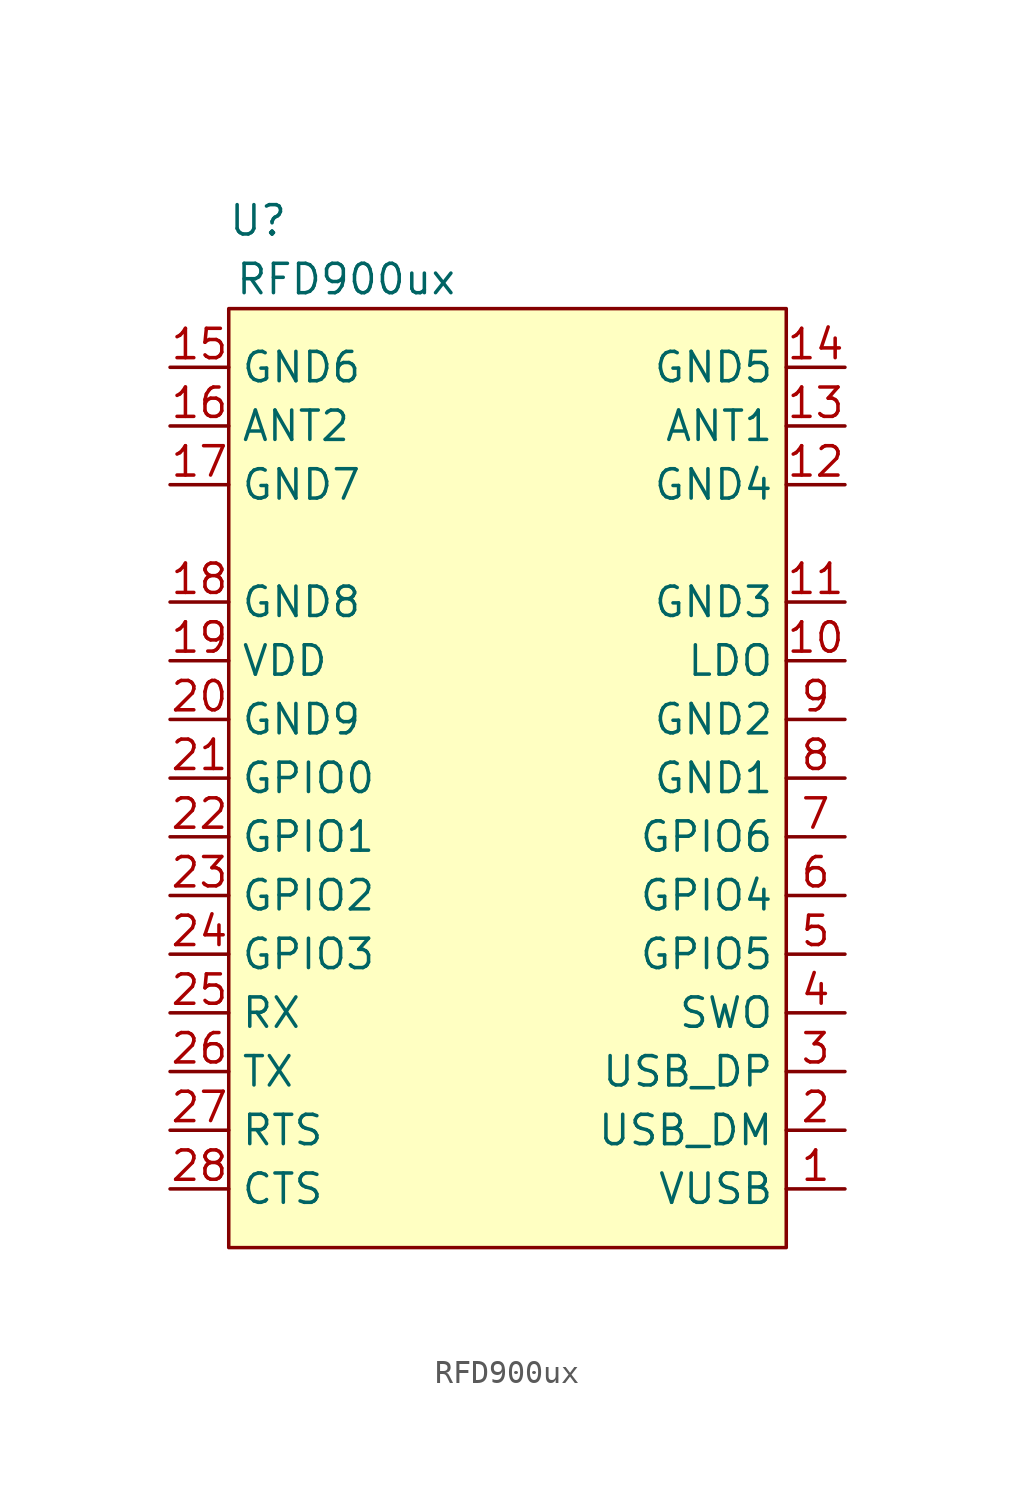
<source format=kicad_sym>
(kicad_symbol_lib
  (version 20220914)
  (generator kicad_symbol_editor)
  (symbol "RFD900ux"
    (property "Reference" "U"
      (at 1.27 25.4 0)
      (effects (font (size 1.27 1.27))))
    (property "Value" "RFD900ux"
      (at 5.08 22.86 0)
      (effects (font (size 1.27 1.27))))
    (symbol "RFD900ux_1_1"
      (rectangle (start 0 21.59) (end 24.13 -19.05) (stroke (width 0) (type default)) (fill (type background)))
      (pin input line (at 26.67 -16.51 180) (length 2.54) (name "VUSB" (effects (font (size 1.27 1.27)))) (number "1" (effects (font (size 1.27 1.27)))))
      (pin input line (at 26.67 6.35 180) (length 2.54) (name "LDO" (effects (font (size 1.27 1.27)))) (number "10" (effects (font (size 1.27 1.27)))))
      (pin input line (at 26.67 8.89 180) (length 2.54) (name "GND3" (effects (font (size 1.27 1.27)))) (number "11" (effects (font (size 1.27 1.27)))))
      (pin input line (at 26.67 13.97 180) (length 2.54) (name "GND4" (effects (font (size 1.27 1.27)))) (number "12" (effects (font (size 1.27 1.27)))))
      (pin input line (at 26.67 16.51 180) (length 2.54) (name "ANT1" (effects (font (size 1.27 1.27)))) (number "13" (effects (font (size 1.27 1.27)))))
      (pin input line (at 26.67 19.05 180) (length 2.54) (name "GND5" (effects (font (size 1.27 1.27)))) (number "14" (effects (font (size 1.27 1.27)))))
      (pin input line (at -2.54 19.05 0) (length 2.54) (name "GND6" (effects (font (size 1.27 1.27)))) (number "15" (effects (font (size 1.27 1.27)))))
      (pin input line (at -2.54 16.51 0) (length 2.54) (name "ANT2" (effects (font (size 1.27 1.27)))) (number "16" (effects (font (size 1.27 1.27)))))
      (pin input line (at -2.54 13.97 0) (length 2.54) (name "GND7" (effects (font (size 1.27 1.27)))) (number "17" (effects (font (size 1.27 1.27)))))
      (pin input line (at -2.54 8.89 0) (length 2.54) (name "GND8" (effects (font (size 1.27 1.27)))) (number "18" (effects (font (size 1.27 1.27)))))
      (pin input line (at -2.54 6.35 0) (length 2.54) (name "VDD" (effects (font (size 1.27 1.27)))) (number "19" (effects (font (size 1.27 1.27)))))
      (pin input line (at 26.67 -13.97 180) (length 2.54) (name "USB_DM" (effects (font (size 1.27 1.27)))) (number "2" (effects (font (size 1.27 1.27)))))
      (pin input line (at -2.54 3.81 0) (length 2.54) (name "GND9" (effects (font (size 1.27 1.27)))) (number "20" (effects (font (size 1.27 1.27)))))
      (pin input line (at -2.54 1.27 0) (length 2.54) (name "GPIO0" (effects (font (size 1.27 1.27)))) (number "21" (effects (font (size 1.27 1.27)))))
      (pin input line (at -2.54 -1.27 0) (length 2.54) (name "GPIO1" (effects (font (size 1.27 1.27)))) (number "22" (effects (font (size 1.27 1.27)))))
      (pin input line (at -2.54 -3.81 0) (length 2.54) (name "GPIO2" (effects (font (size 1.27 1.27)))) (number "23" (effects (font (size 1.27 1.27)))))
      (pin input line (at -2.54 -6.35 0) (length 2.54) (name "GPIO3" (effects (font (size 1.27 1.27)))) (number "24" (effects (font (size 1.27 1.27)))))
      (pin input line (at -2.54 -8.89 0) (length 2.54) (name "RX" (effects (font (size 1.27 1.27)))) (number "25" (effects (font (size 1.27 1.27)))))
      (pin input line (at -2.54 -11.43 0) (length 2.54) (name "TX" (effects (font (size 1.27 1.27)))) (number "26" (effects (font (size 1.27 1.27)))))
      (pin input line (at -2.54 -13.97 0) (length 2.54) (name "RTS" (effects (font (size 1.27 1.27)))) (number "27" (effects (font (size 1.27 1.27)))))
      (pin input line (at -2.54 -16.51 0) (length 2.54) (name "CTS" (effects (font (size 1.27 1.27)))) (number "28" (effects (font (size 1.27 1.27)))))
      (pin input line (at 26.67 -11.43 180) (length 2.54) (name "USB_DP" (effects (font (size 1.27 1.27)))) (number "3" (effects (font (size 1.27 1.27)))))
      (pin input line (at 26.67 -8.89 180) (length 2.54) (name "SWO" (effects (font (size 1.27 1.27)))) (number "4" (effects (font (size 1.27 1.27)))))
      (pin input line (at 26.67 -6.35 180) (length 2.54) (name "GPIO5" (effects (font (size 1.27 1.27)))) (number "5" (effects (font (size 1.27 1.27)))))
      (pin input line (at 26.67 -3.81 180) (length 2.54) (name "GPIO4" (effects (font (size 1.27 1.27)))) (number "6" (effects (font (size 1.27 1.27)))))
      (pin input line (at 26.67 -1.27 180) (length 2.54) (name "GPIO6" (effects (font (size 1.27 1.27)))) (number "7" (effects (font (size 1.27 1.27)))))
      (pin input line (at 26.67 1.27 180) (length 2.54) (name "GND1" (effects (font (size 1.27 1.27)))) (number "8" (effects (font (size 1.27 1.27)))))
      (pin input line (at 26.67 3.81 180) (length 2.54) (name "GND2" (effects (font (size 1.27 1.27)))) (number "9" (effects (font (size 1.27 1.27))))))))
</source>
